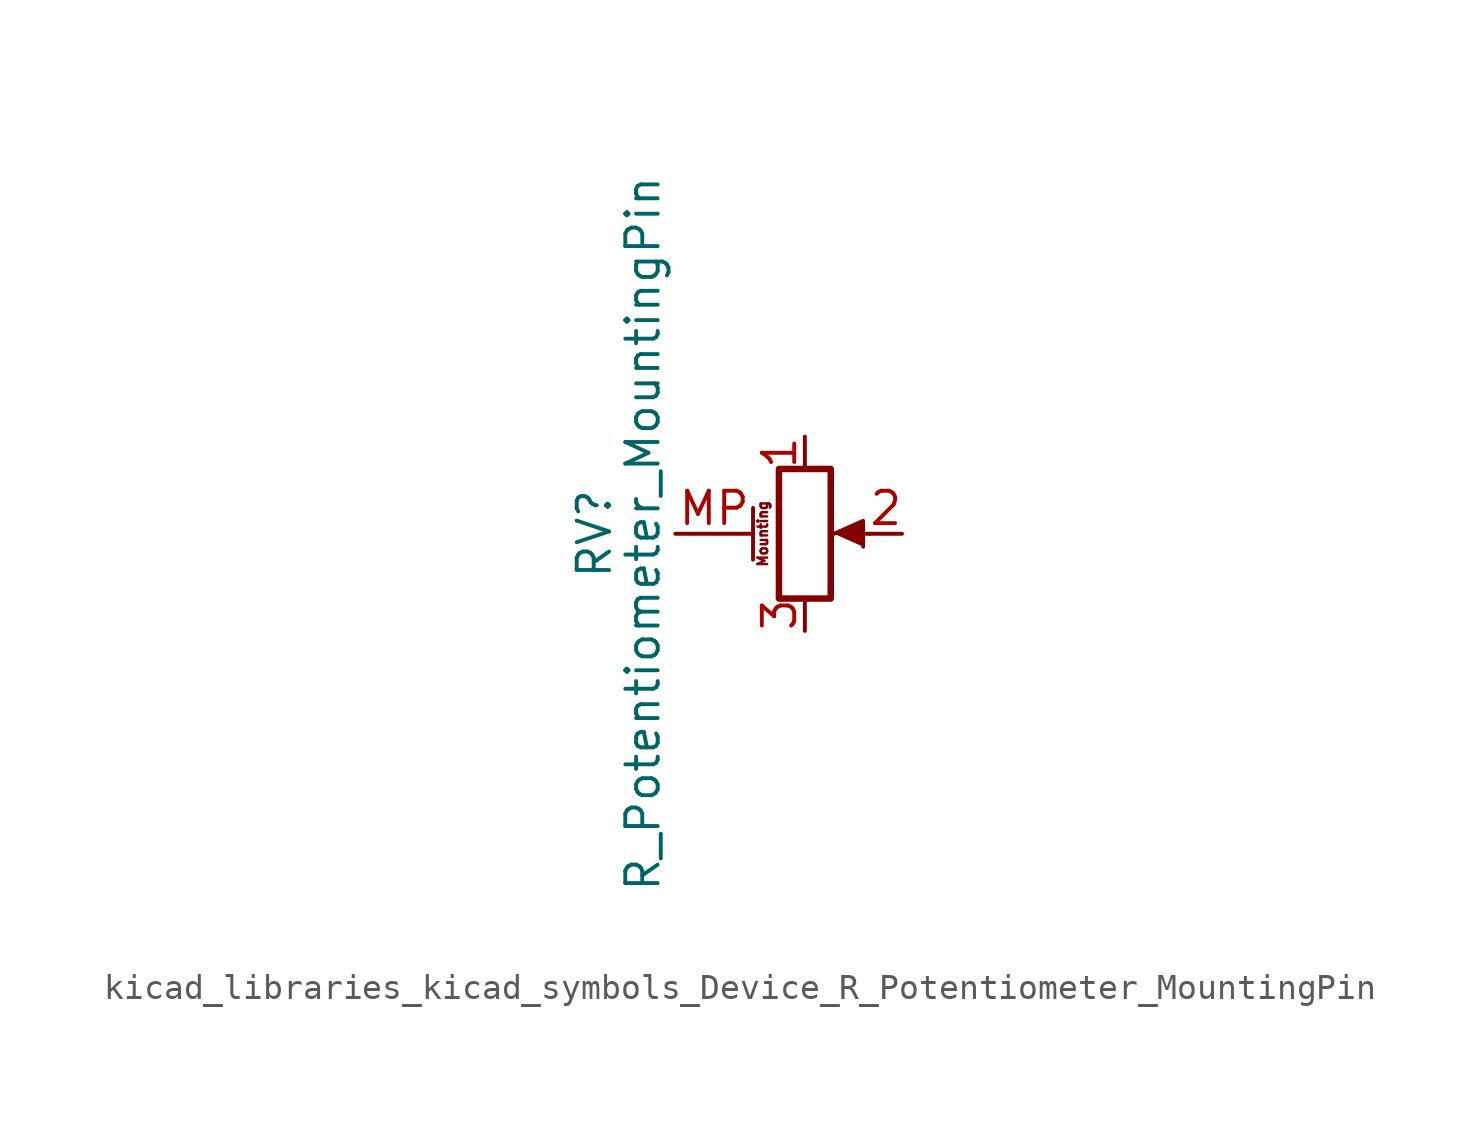
<source format=kicad_sym>
(kicad_symbol_lib
  (version 20220914)
  (generator kicad_symbol_editor)
  (symbol "kicad_libraries_kicad_symbols_Device_R_Potentiometer_MountingPin"
    (pin_names
      (offset 1.016) hide)
    (property "Reference" "RV"
      (at -8.255 0 90)
      (effects (font (size 1.27 1.27))))
    (property "Value" "R_Potentiometer_MountingPin"
      (at -6.35 0 90)
      (effects (font (size 1.27 1.27))))
    (symbol "kicad_libraries_kicad_symbols_Device_R_Potentiometer_MountingPin_0_1"
      (polyline (pts (xy 2.54 0) (xy 1.524 0)) (stroke (width 0) (type default)) (fill (type none)))
      (polyline (pts (xy 1.143 0) (xy 2.286 0.508) (xy 2.286 -0.508)) (stroke (width 0) (type default)) (fill (type outline)))
      (rectangle (start 1.016 2.54) (end -1.016 -2.54) (stroke (width 0.254) (type default)) (fill (type none))))
    (symbol "kicad_libraries_kicad_symbols_Device_R_Potentiometer_MountingPin_1_1"
      (polyline (pts (xy -2.032 1.016) (xy -2.032 -1.016)) (stroke (width 0.152) (type default)) (fill (type none)))
      (text "Mounting" (at -1.651 0 900) (effects (font (size 0.381 0.381))))
      (pin passive line (at 0 3.81 270) (length 1.27) (name "1" (effects (font (size 1.27 1.27)))) (number "1" (effects (font (size 1.27 1.27)))))
      (pin passive line (at 3.81 0 180) (length 1.27) (name "2" (effects (font (size 1.27 1.27)))) (number "2" (effects (font (size 1.27 1.27)))))
      (pin passive line (at 0 -3.81 90) (length 1.27) (name "3" (effects (font (size 1.27 1.27)))) (number "3" (effects (font (size 1.27 1.27)))))
      (pin passive line (at -5.08 0 0) (length 3.048) (name "MountPin" (effects (font (size 1.27 1.27)))) (number "MP" (effects (font (size 1.27 1.27))))))))
</source>
